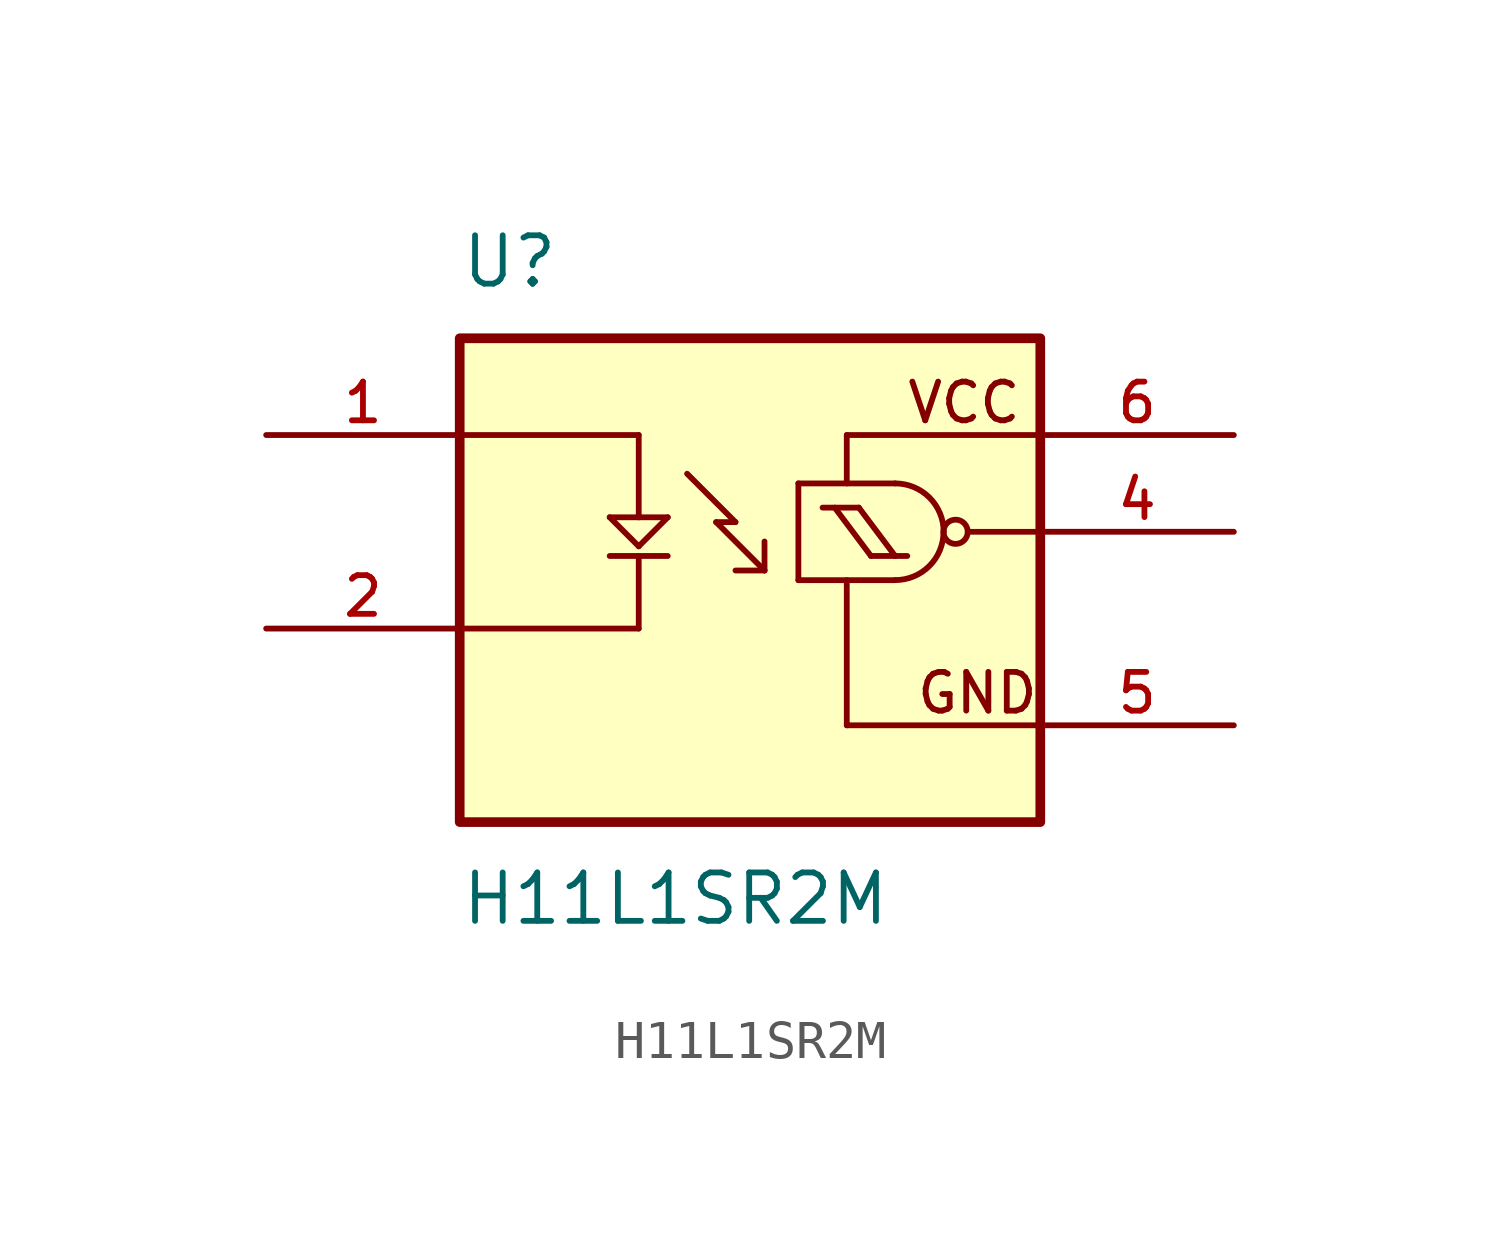
<source format=kicad_sym>
(kicad_symbol_lib
  (version 20211014)
  (generator kicad_symbol_editor)
  (symbol "H11L1SR2M"
    (pin_names
      (offset 1.016))
    (property "Reference" "U"
      (at -7.62 6.35 0)
      (effects (font (size 1.27 1.27)) (justify bottom left)))
    (property "Value" "H11L1SR2M"
      (at -7.62 -8.89 0)
      (effects (font (size 1.27 1.27)) (justify top left)))
    (symbol "H11L1SR2M_0_0"
      (polyline (pts (xy -7.62 2.54) (xy -2.921 2.54)) (stroke (width 0.152)))
      (polyline (pts (xy -2.921 2.54) (xy -2.921 0.381)) (stroke (width 0.152)))
      (polyline (pts (xy -2.921 0.381) (xy -2.159 0.381)) (stroke (width 0.152)))
      (polyline (pts (xy -2.921 0.381) (xy -3.683 0.381)) (stroke (width 0.152)))
      (polyline (pts (xy -3.683 0.381) (xy -2.921 -0.381)) (stroke (width 0.152)))
      (polyline (pts (xy -2.921 -0.381) (xy -2.159 0.381)) (stroke (width 0.152)))
      (polyline (pts (xy -3.683 -0.635) (xy -2.159 -0.635)) (stroke (width 0.152)))
      (polyline (pts (xy -2.921 -0.635) (xy -2.921 -2.54)) (stroke (width 0.152)))
      (polyline (pts (xy -2.921 -2.54) (xy -7.62 -2.54)) (stroke (width 0.152)))
      (polyline (pts (xy 7.62 2.54) (xy 2.54 2.54)) (stroke (width 0.152)))
      (polyline (pts (xy 2.54 2.54) (xy 2.54 1.27)) (stroke (width 0.152)))
      (polyline (pts (xy 2.54 -1.27) (xy 2.54 -5.08)) (stroke (width 0.152)))
      (polyline (pts (xy 2.54 -5.08) (xy 7.62 -5.08)) (stroke (width 0.152)))
      (polyline (pts (xy -0.381 0.254) (xy -0.889 0.254)) (stroke (width 0.152)))
      (polyline (pts (xy -0.889 0.254) (xy 0.381 -1.016)) (stroke (width 0.152)))
      (polyline (pts (xy 0.381 -1.016) (xy 0.381 -0.254)) (stroke (width 0.152)))
      (polyline (pts (xy 0.381 -1.016) (xy -0.381 -1.016)) (stroke (width 0.152)))
      (polyline (pts (xy -1.651 1.524) (xy -0.381 0.254)) (stroke (width 0.152)))
      (polyline (pts (xy 1.27 1.27) (xy 1.27 -1.27)) (stroke (width 0.152)))
      (polyline (pts (xy 1.27 -1.27) (xy 3.81 -1.27)) (stroke (width 0.152)))
      (arc (start 5.08 0.0) (mid 4.708 -0.898) (end 3.81 -1.27) (stroke (width 0.1524) (type default) (color 0 0 0 0)) (fill (type none)))
      (arc (start 3.81 1.27) (mid 4.708 0.898) (end 5.08 0.0) (stroke (width 0.1524) (type default) (color 0 0 0 0)) (fill (type none)))
      (polyline (pts (xy 3.81 1.27) (xy 1.27 1.27)) (stroke (width 0.152)))
      (polyline (pts (xy 1.905 0.635) (xy 2.857 0.635)) (stroke (width 0.152)))
      (polyline (pts (xy 2.857 0.635) (xy 3.81 -0.635)) (stroke (width 0.152)))
      (polyline (pts (xy 3.81 -0.635) (xy 4.128 -0.635)) (stroke (width 0.152)))
      (polyline (pts (xy 3.81 -0.635) (xy 3.175 -0.635)) (stroke (width 0.152)))
      (polyline (pts (xy 3.175 -0.635) (xy 2.223 0.635)) (stroke (width 0.152)))
      (circle (center 5.397 0.0) (radius 0.318) (stroke (width 0.152)) (fill (type none)))
      (polyline (pts (xy 5.715 0.0) (xy 7.62 0.0)) (stroke (width 0.152)))
      (text "VCC" (at 4.064 2.794 0) (effects (font (size 1.016 1.016)) (justify bottom left)))
      (text "GND" (at 4.318 -4.826 0) (effects (font (size 1.016 1.016)) (justify bottom left)))
      (rectangle (start -7.62 -7.62) (end 7.62 5.08) (stroke (width 0.254)) (fill (type background)))
      (pin passive line (at -12.7 2.54 0) (length 5.08) (name "~" (effects (font (size 1.016 1.016)))) (number "1" (effects (font (size 1.016 1.016)))))
      (pin passive line (at -12.7 -2.54 0) (length 5.08) (name "~" (effects (font (size 1.016 1.016)))) (number "2" (effects (font (size 1.016 1.016)))))
      (pin power_in line (at 12.7 2.54 180.0) (length 5.08) (name "~" (effects (font (size 1.016 1.016)))) (number "6" (effects (font (size 1.016 1.016)))))
      (pin power_in line (at 12.7 -5.08 180.0) (length 5.08) (name "~" (effects (font (size 1.016 1.016)))) (number "5" (effects (font (size 1.016 1.016)))))
      (pin output line (at 12.7 0.0 180.0) (length 5.08) (name "~" (effects (font (size 1.016 1.016)))) (number "4" (effects (font (size 1.016 1.016))))))))
</source>
